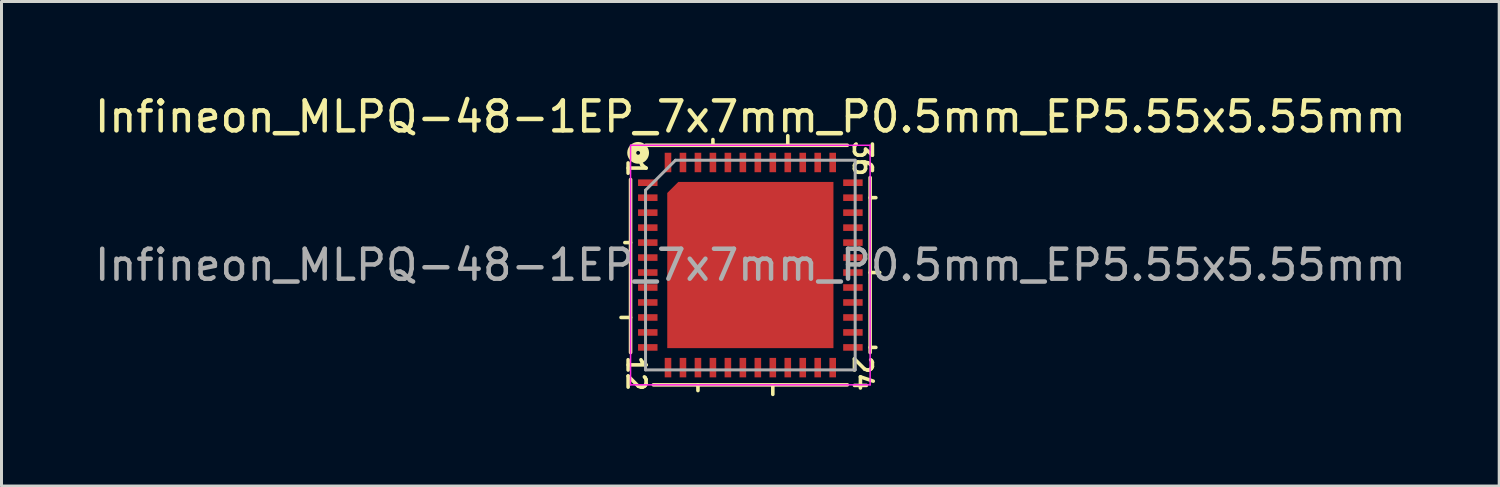
<source format=kicad_pcb>
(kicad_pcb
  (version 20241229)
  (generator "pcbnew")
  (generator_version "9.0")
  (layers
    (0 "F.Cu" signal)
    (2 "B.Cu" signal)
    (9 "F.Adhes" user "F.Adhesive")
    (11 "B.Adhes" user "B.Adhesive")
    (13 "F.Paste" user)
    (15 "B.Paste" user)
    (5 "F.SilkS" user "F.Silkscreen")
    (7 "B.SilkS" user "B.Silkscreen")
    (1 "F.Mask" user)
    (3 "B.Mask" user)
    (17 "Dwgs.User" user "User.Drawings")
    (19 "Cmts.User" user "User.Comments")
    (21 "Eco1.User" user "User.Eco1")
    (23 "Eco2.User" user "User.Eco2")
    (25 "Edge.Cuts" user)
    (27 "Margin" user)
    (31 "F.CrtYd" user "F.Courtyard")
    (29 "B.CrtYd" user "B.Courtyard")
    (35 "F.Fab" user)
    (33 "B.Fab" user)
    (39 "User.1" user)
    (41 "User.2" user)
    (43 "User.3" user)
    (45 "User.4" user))
  (footprint "Infineon_MLPQ-48-1EP_7x7mm_P0.5mm_EP5.55x5.55mm"
    (layer "F.Cu")
    (at 22.006 5.801)
    (property "Reference" "Infineon_MLPQ-48-1EP_7x7mm_P0.5mm_EP5.55x5.55mm" (at 0 -4.953 0) (layer "F.SilkS") (effects (font (size 1 1) (thickness 0.15))))
    (attr smd)
    (fp_line (start -4.318 1.75) (end -4 1.75) (stroke (width 0.12) (type solid)) (layer "F.SilkS"))
    (fp_line (start -4.191 -0.75) (end -4 -0.75) (stroke (width 0.12) (type solid)) (layer "F.SilkS"))
    (fp_line (start -4 -2.857) (end -4 2.921) (stroke (width 0.12) (type solid)) (layer "F.SilkS"))
    (fp_line (start -3.239 4) (end 3.239 4) (stroke (width 0.12) (type solid)) (layer "F.SilkS"))
    (fp_line (start -1.75 4.191) (end -1.75 4) (stroke (width 0.12) (type solid)) (layer "F.SilkS"))
    (fp_line (start -1.25 -4.191) (end -1.25 -4) (stroke (width 0.12) (type solid)) (layer "F.SilkS"))
    (fp_line (start 0.75 4.318) (end 0.75 4) (stroke (width 0.12) (type solid)) (layer "F.SilkS"))
    (fp_line (start 1.25 -4.318) (end 1.25 -4) (stroke (width 0.12) (type solid)) (layer "F.SilkS"))
    (fp_line (start 3.239 -4) (end -3.493 -4) (stroke (width 0.12) (type solid)) (layer "F.SilkS"))
    (fp_line (start 4 2.921) (end 4 -2.921) (stroke (width 0.12) (type solid)) (layer "F.SilkS"))
    (fp_line (start 4.191 -2.25) (end 4 -2.25) (stroke (width 0.12) (type solid)) (layer "F.SilkS"))
    (fp_line (start 4.191 2.75) (end 4 2.75) (stroke (width 0.12) (type solid)) (layer "F.SilkS"))
    (fp_line (start 4.318 0.25) (end 4 0.25) (stroke (width 0.12) (type solid)) (layer "F.SilkS"))
    (fp_circle (center -3.747 -3.747) (end -3.683 -3.747) (stroke (width 0.3) (type solid)) (fill no) (layer "F.SilkS"))
    (fp_line (start -4 -4) (end -4 4) (stroke (width 0.05) (type solid)) (layer "F.CrtYd"))
    (fp_line (start -4 4) (end 4 4) (stroke (width 0.05) (type solid)) (layer "F.CrtYd"))
    (fp_line (start 4 -4) (end -4 -4) (stroke (width 0.05) (type solid)) (layer "F.CrtYd"))
    (fp_line (start 4 4) (end 4 -4) (stroke (width 0.05) (type solid)) (layer "F.CrtYd"))
    (fp_line (start -3.5 3.5) (end -3.5 -2.5) (stroke (width 0.1) (type solid)) (layer "F.Fab"))
    (fp_line (start -2.5 -3.5) (end -3.5 -2.5) (stroke (width 0.1) (type solid)) (layer "F.Fab"))
    (fp_line (start 3.5 -3.5) (end -2.5 -3.5) (stroke (width 0.1) (type solid)) (layer "F.Fab"))
    (fp_line (start 3.5 -3.5) (end 3.5 3.5) (stroke (width 0.1) (type solid)) (layer "F.Fab"))
    (fp_line (start 3.5 3.5) (end -3.5 3.5) (stroke (width 0.1) (type solid)) (layer "F.Fab"))
    (fp_text user "36" (at 3.747 -3.556 270) (unlocked yes) (layer "F.SilkS") (effects (font (size 0.6 0.6) (thickness 0.12))))
    (fp_text user "1" (at -3.81 -3.239 270) (unlocked yes) (layer "F.SilkS") (effects (font (size 0.6 0.6) (thickness 0.12))))
    (fp_text user "24" (at 3.747 3.619 270) (unlocked yes) (layer "F.SilkS") (effects (font (size 0.6 0.6) (thickness 0.12))))
    (fp_text user "12" (at -3.81 3.619 270) (unlocked yes) (layer "F.SilkS") (effects (font (size 0.6 0.6) (thickness 0.12))))
    (fp_text user "${REFERENCE}" (at 0 0 0) (layer "F.Fab") (effects (font (size 1 1) (thickness 0.15))))
    (pad "" smd rect (at -3.425 -2.75) (size 0.55 0.22) (layers "F.Paste"))
    (pad "" smd rect (at -3.425 -2.25) (size 0.55 0.22) (layers "F.Paste"))
    (pad "" smd rect (at -3.425 -1.75) (size 0.55 0.22) (layers "F.Paste"))
    (pad "" smd rect (at -3.425 -1.25) (size 0.55 0.22) (layers "F.Paste"))
    (pad "" smd rect (at -3.425 -0.75) (size 0.55 0.22) (layers "F.Paste"))
    (pad "" smd rect (at -3.425 -0.25) (size 0.55 0.22) (layers "F.Paste"))
    (pad "" smd rect (at -3.425 0.25) (size 0.55 0.22) (layers "F.Paste"))
    (pad "" smd rect (at -3.425 0.75) (size 0.55 0.22) (layers "F.Paste"))
    (pad "" smd rect (at -3.425 1.25) (size 0.55 0.22) (layers "F.Paste"))
    (pad "" smd rect (at -3.425 1.75) (size 0.55 0.22) (layers "F.Paste"))
    (pad "" smd rect (at -3.425 2.25) (size 0.55 0.22) (layers "F.Paste"))
    (pad "" smd rect (at -3.425 2.75) (size 0.55 0.22) (layers "F.Paste"))
    (pad "" smd rect (at -2.75 -3.425) (size 0.22 0.55) (layers "F.Paste"))
    (pad "" smd rect (at -2.75 3.425) (size 0.22 0.55) (layers "F.Paste"))
    (pad "" smd rect (at -2.25 -3.425) (size 0.22 0.55) (layers "F.Paste"))
    (pad "" smd rect (at -2.25 3.425) (size 0.22 0.55) (layers "F.Paste"))
    (pad "" smd custom (at -2.175 -2.175) (size 0.5 0.5) (layers "F.Paste") (options (anchor rect)) (primitives (gr_poly (pts (xy 0.55 0.55) (xy -0.55 0.55) (xy -0.55 -0.211) (xy -0.211 -0.55) (xy 0.55 -0.55)) (width 0) (fill yes))))
    (pad "" smd rect (at -2.175 -0.725) (size 1.1 1.1) (layers "F.Paste"))
    (pad "" smd rect (at -2.175 0.725) (size 1.1 1.1) (layers "F.Paste"))
    (pad "" smd rect (at -2.175 2.175) (size 1.1 1.1) (layers "F.Paste"))
    (pad "" smd rect (at -1.75 -3.425) (size 0.22 0.55) (layers "F.Paste"))
    (pad "" smd rect (at -1.75 3.425) (size 0.22 0.55) (layers "F.Paste"))
    (pad "" smd rect (at -1.25 -3.425) (size 0.22 0.55) (layers "F.Paste"))
    (pad "" smd rect (at -1.25 3.425) (size 0.22 0.55) (layers "F.Paste"))
    (pad "" smd rect (at -0.75 -3.425) (size 0.22 0.55) (layers "F.Paste"))
    (pad "" smd rect (at -0.75 3.425) (size 0.22 0.55) (layers "F.Paste"))
    (pad "" smd rect (at -0.725 -2.175) (size 1.1 1.1) (layers "F.Paste"))
    (pad "" smd rect (at -0.725 -0.725) (size 1.1 1.1) (layers "F.Paste"))
    (pad "" smd rect (at -0.725 0.725) (size 1.1 1.1) (layers "F.Paste"))
    (pad "" smd rect (at -0.725 2.175) (size 1.1 1.1) (layers "F.Paste"))
    (pad "" smd rect (at -0.25 -3.425) (size 0.22 0.55) (layers "F.Paste"))
    (pad "" smd rect (at -0.25 3.425) (size 0.22 0.55) (layers "F.Paste"))
    (pad "" smd rect (at 0.25 -3.425) (size 0.22 0.55) (layers "F.Paste"))
    (pad "" smd rect (at 0.25 3.425) (size 0.22 0.55) (layers "F.Paste"))
    (pad "" smd rect (at 0.725 -2.175) (size 1.1 1.1) (layers "F.Paste"))
    (pad "" smd rect (at 0.725 -0.725) (size 1.1 1.1) (layers "F.Paste"))
    (pad "" smd rect (at 0.725 0.725) (size 1.1 1.1) (layers "F.Paste"))
    (pad "" smd rect (at 0.725 2.175) (size 1.1 1.1) (layers "F.Paste"))
    (pad "" smd rect (at 0.75 -3.425) (size 0.22 0.55) (layers "F.Paste"))
    (pad "" smd rect (at 0.75 3.425) (size 0.22 0.55) (layers "F.Paste"))
    (pad "" smd rect (at 1.25 -3.425) (size 0.22 0.55) (layers "F.Paste"))
    (pad "" smd rect (at 1.25 3.425) (size 0.22 0.55) (layers "F.Paste"))
    (pad "" smd rect (at 1.75 -3.425) (size 0.22 0.55) (layers "F.Paste"))
    (pad "" smd rect (at 1.75 3.425) (size 0.22 0.55) (layers "F.Paste"))
    (pad "" smd rect (at 2.175 -2.175) (size 1.1 1.1) (layers "F.Paste"))
    (pad "" smd rect (at 2.175 -0.725) (size 1.1 1.1) (layers "F.Paste"))
    (pad "" smd rect (at 2.175 0.725) (size 1.1 1.1) (layers "F.Paste"))
    (pad "" smd rect (at 2.175 2.175) (size 1.1 1.1) (layers "F.Paste"))
    (pad "" smd rect (at 2.25 -3.425) (size 0.22 0.55) (layers "F.Paste"))
    (pad "" smd rect (at 2.25 3.425) (size 0.22 0.55) (layers "F.Paste"))
    (pad "" smd rect (at 2.75 -3.425) (size 0.22 0.55) (layers "F.Paste"))
    (pad "" smd rect (at 2.75 3.425) (size 0.22 0.55) (layers "F.Paste"))
    (pad "" smd rect (at 3.425 -2.75) (size 0.55 0.22) (layers "F.Paste"))
    (pad "" smd rect (at 3.425 -2.25) (size 0.55 0.22) (layers "F.Paste"))
    (pad "" smd rect (at 3.425 -1.75) (size 0.55 0.22) (layers "F.Paste"))
    (pad "" smd rect (at 3.425 -1.25) (size 0.55 0.22) (layers "F.Paste"))
    (pad "" smd rect (at 3.425 -0.75) (size 0.55 0.22) (layers "F.Paste"))
    (pad "" smd rect (at 3.425 -0.25) (size 0.55 0.22) (layers "F.Paste"))
    (pad "" smd rect (at 3.425 0.25) (size 0.55 0.22) (layers "F.Paste"))
    (pad "" smd rect (at 3.425 0.75) (size 0.55 0.22) (layers "F.Paste"))
    (pad "" smd rect (at 3.425 1.25) (size 0.55 0.22) (layers "F.Paste"))
    (pad "" smd rect (at 3.425 1.75) (size 0.55 0.22) (layers "F.Paste"))
    (pad "" smd rect (at 3.425 2.25) (size 0.55 0.22) (layers "F.Paste"))
    (pad "" smd rect (at 3.425 2.75) (size 0.55 0.22) (layers "F.Paste"))
    (pad "1" smd rect (at -3.425 -2.75) (size 0.65 0.22) (layers "F.Cu" "F.Mask"))
    (pad "2" smd rect (at -3.425 -2.25) (size 0.65 0.22) (layers "F.Cu" "F.Mask"))
    (pad "3" smd rect (at -3.425 -1.75) (size 0.65 0.22) (layers "F.Cu" "F.Mask"))
    (pad "4" smd rect (at -3.425 -1.25) (size 0.65 0.22) (layers "F.Cu" "F.Mask"))
    (pad "5" smd rect (at -3.425 -0.75) (size 0.65 0.22) (layers "F.Cu" "F.Mask"))
    (pad "6" smd rect (at -3.425 -0.25) (size 0.65 0.22) (layers "F.Cu" "F.Mask"))
    (pad "7" smd rect (at -3.425 0.25) (size 0.65 0.22) (layers "F.Cu" "F.Mask"))
    (pad "8" smd rect (at -3.425 0.75) (size 0.65 0.22) (layers "F.Cu" "F.Mask"))
    (pad "9" smd rect (at -3.425 1.25) (size 0.65 0.22) (layers "F.Cu" "F.Mask"))
    (pad "10" smd rect (at -3.425 1.75) (size 0.65 0.22) (layers "F.Cu" "F.Mask"))
    (pad "11" smd rect (at -3.425 2.25) (size 0.65 0.22) (layers "F.Cu" "F.Mask"))
    (pad "12" smd rect (at -3.425 2.75) (size 0.65 0.22) (layers "F.Cu" "F.Mask"))
    (pad "13" smd rect (at -2.75 3.425) (size 0.22 0.65) (layers "F.Cu" "F.Mask"))
    (pad "14" smd rect (at -2.25 3.425) (size 0.22 0.65) (layers "F.Cu" "F.Mask"))
    (pad "15" smd rect (at -1.75 3.425) (size 0.22 0.65) (layers "F.Cu" "F.Mask"))
    (pad "16" smd rect (at -1.25 3.425) (size 0.22 0.65) (layers "F.Cu" "F.Mask"))
    (pad "17" smd rect (at -0.75 3.425) (size 0.22 0.65) (layers "F.Cu" "F.Mask"))
    (pad "18" smd rect (at -0.25 3.425) (size 0.22 0.65) (layers "F.Cu" "F.Mask"))
    (pad "19" smd rect (at 0.25 3.425) (size 0.22 0.65) (layers "F.Cu" "F.Mask"))
    (pad "20" smd rect (at 0.75 3.425) (size 0.22 0.65) (layers "F.Cu" "F.Mask"))
    (pad "21" smd rect (at 1.25 3.425) (size 0.22 0.65) (layers "F.Cu" "F.Mask"))
    (pad "22" smd rect (at 1.75 3.425) (size 0.22 0.65) (layers "F.Cu" "F.Mask"))
    (pad "23" smd rect (at 2.25 3.425) (size 0.22 0.65) (layers "F.Cu" "F.Mask"))
    (pad "24" smd rect (at 2.75 3.425) (size 0.22 0.65) (layers "F.Cu" "F.Mask"))
    (pad "25" smd rect (at 3.425 2.75) (size 0.65 0.22) (layers "F.Cu" "F.Mask"))
    (pad "26" smd rect (at 3.425 2.25) (size 0.65 0.22) (layers "F.Cu" "F.Mask"))
    (pad "27" smd rect (at 3.425 1.75) (size 0.65 0.22) (layers "F.Cu" "F.Mask"))
    (pad "28" smd rect (at 3.425 1.25) (size 0.65 0.22) (layers "F.Cu" "F.Mask"))
    (pad "29" smd rect (at 3.425 0.75) (size 0.65 0.22) (layers "F.Cu" "F.Mask"))
    (pad "30" smd rect (at 3.425 0.25) (size 0.65 0.22) (layers "F.Cu" "F.Mask"))
    (pad "31" smd rect (at 3.425 -0.25) (size 0.65 0.22) (layers "F.Cu" "F.Mask"))
    (pad "32" smd rect (at 3.425 -0.75) (size 0.65 0.22) (layers "F.Cu" "F.Mask"))
    (pad "33" smd rect (at 3.425 -1.25) (size 0.65 0.22) (layers "F.Cu" "F.Mask"))
    (pad "34" smd rect (at 3.425 -1.75) (size 0.65 0.22) (layers "F.Cu" "F.Mask"))
    (pad "35" smd rect (at 3.425 -2.25) (size 0.65 0.22) (layers "F.Cu" "F.Mask"))
    (pad "36" smd rect (at 3.425 -2.75) (size 0.65 0.22) (layers "F.Cu" "F.Mask"))
    (pad "37" smd rect (at 2.75 -3.425) (size 0.22 0.65) (layers "F.Cu" "F.Mask"))
    (pad "38" smd rect (at 2.25 -3.425) (size 0.22 0.65) (layers "F.Cu" "F.Mask"))
    (pad "39" smd rect (at 1.75 -3.425) (size 0.22 0.65) (layers "F.Cu" "F.Mask"))
    (pad "40" smd rect (at 1.25 -3.425) (size 0.22 0.65) (layers "F.Cu" "F.Mask"))
    (pad "41" smd rect (at 0.75 -3.425) (size 0.22 0.65) (layers "F.Cu" "F.Mask"))
    (pad "42" smd rect (at 0.25 -3.425) (size 0.22 0.65) (layers "F.Cu" "F.Mask"))
    (pad "43" smd rect (at -0.25 -3.425) (size 0.22 0.65) (layers "F.Cu" "F.Mask"))
    (pad "44" smd rect (at -0.75 -3.425) (size 0.22 0.65) (layers "F.Cu" "F.Mask"))
    (pad "45" smd rect (at -1.25 -3.425) (size 0.22 0.65) (layers "F.Cu" "F.Mask"))
    (pad "46" smd rect (at -1.75 -3.425) (size 0.22 0.65) (layers "F.Cu" "F.Mask"))
    (pad "47" smd rect (at -2.25 -3.425) (size 0.22 0.65) (layers "F.Cu" "F.Mask"))
    (pad "48" smd rect (at -2.75 -3.425) (size 0.22 0.65) (layers "F.Cu" "F.Mask"))
    (pad "49" smd custom (at 0 0) (size 5 5) (layers "F.Cu" "F.Mask") (options (anchor rect)) (primitives (gr_poly (pts (xy 2.775 2.775) (xy -2.775 2.775) (xy -2.775 -2.407) (xy -2.407 -2.775) (xy 2.775 -2.775)) (width 0) (fill yes)))))
  (gr_rect
    (start -3 -3)
    (end 47.012 13.179)
    (stroke (width 0.1) (type default))
    (fill no)
    (layer "Edge.Cuts")))
</source>
